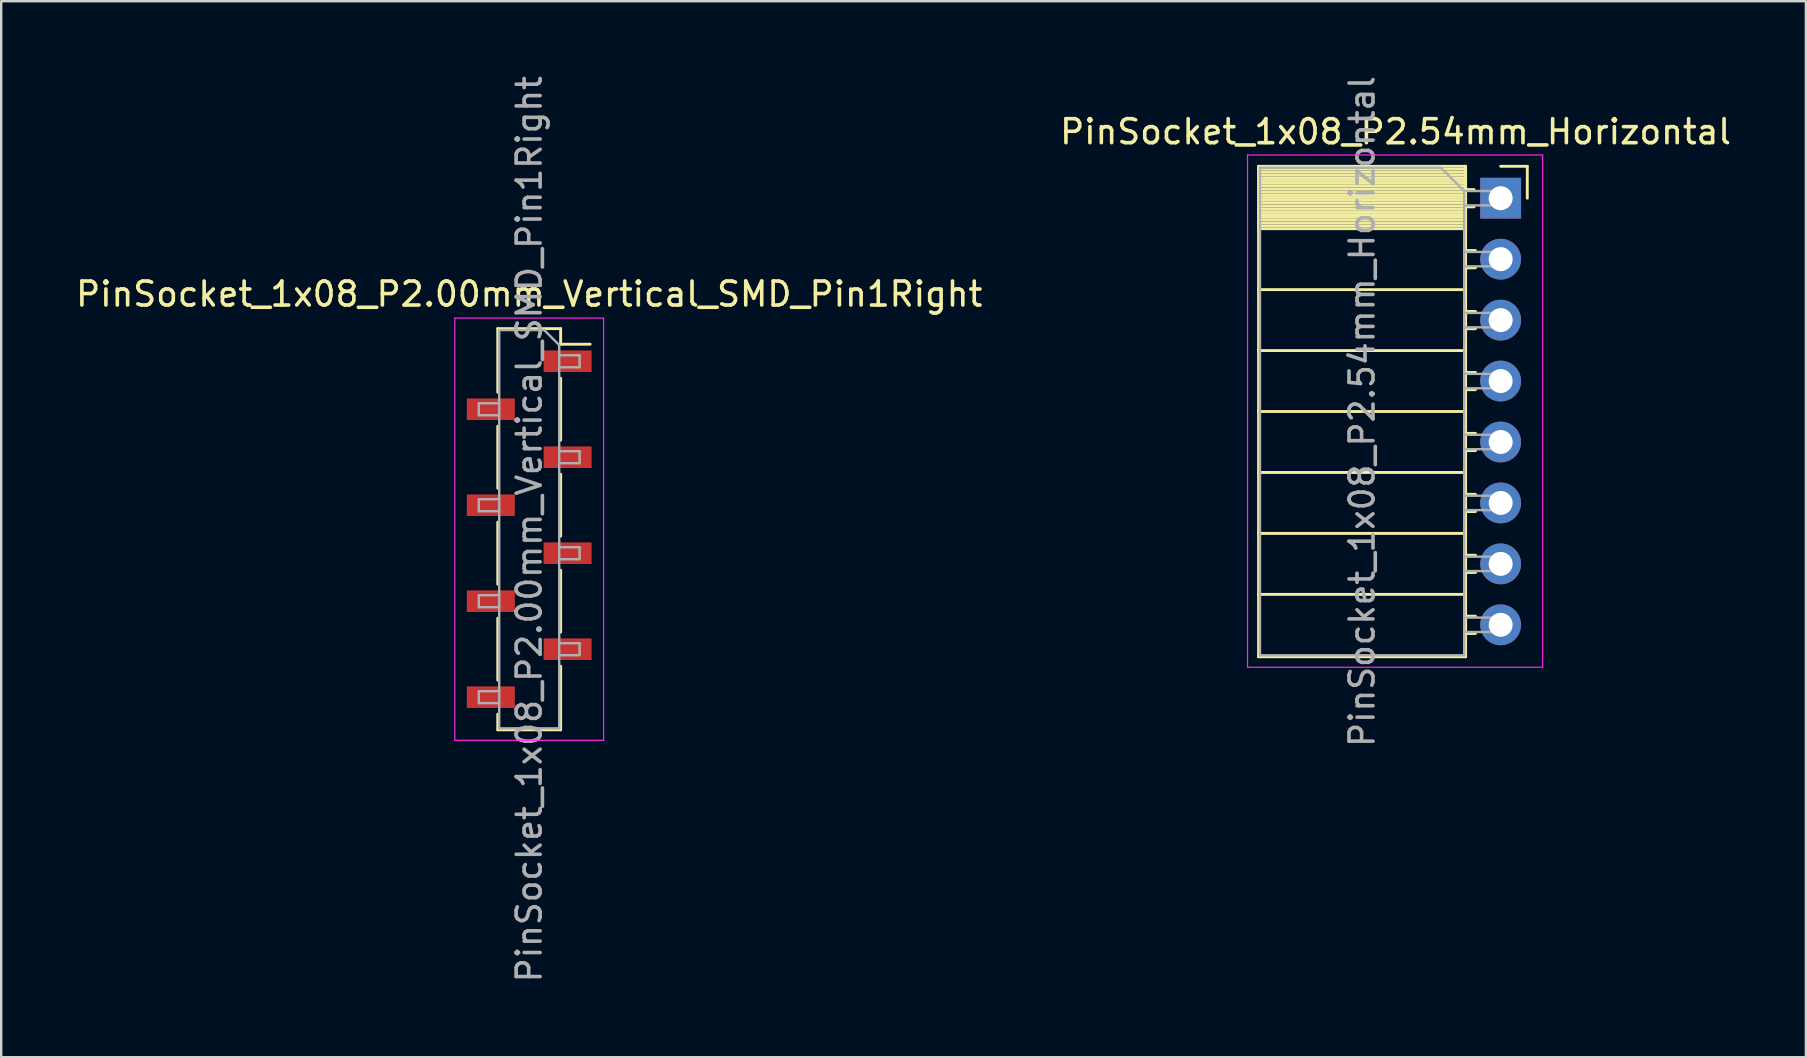
<source format=kicad_pcb>
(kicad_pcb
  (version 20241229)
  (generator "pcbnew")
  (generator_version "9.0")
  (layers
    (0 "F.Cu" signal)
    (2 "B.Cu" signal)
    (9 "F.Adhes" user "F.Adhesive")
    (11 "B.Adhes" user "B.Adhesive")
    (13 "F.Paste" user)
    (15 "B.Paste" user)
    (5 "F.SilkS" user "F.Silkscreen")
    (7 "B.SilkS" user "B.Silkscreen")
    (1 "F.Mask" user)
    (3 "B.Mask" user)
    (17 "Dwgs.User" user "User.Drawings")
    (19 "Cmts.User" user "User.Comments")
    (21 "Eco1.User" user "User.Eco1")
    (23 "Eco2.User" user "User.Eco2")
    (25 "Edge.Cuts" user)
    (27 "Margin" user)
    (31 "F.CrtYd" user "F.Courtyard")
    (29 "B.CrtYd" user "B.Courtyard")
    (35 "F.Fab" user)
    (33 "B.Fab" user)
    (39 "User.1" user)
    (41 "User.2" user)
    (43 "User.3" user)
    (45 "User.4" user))
  (footprint "PinSocket_1x08_P2.54mm_Horizontal"
    (layer "F.Cu")
    (at 59.493 5.211)
    (property "Reference" "PinSocket_1x08_P2.54mm_Horizontal" (at -4.38 -2.77 0) (layer "F.SilkS") (effects (font (size 1 1) (thickness 0.15))))
    (attr through_hole)
    (fp_line (start -10.09 -1.33) (end -10.09 19.11) (stroke (width 0.12) (type solid)) (layer "F.SilkS"))
    (fp_line (start -10.09 -1.33) (end -1.46 -1.33) (stroke (width 0.12) (type solid)) (layer "F.SilkS"))
    (fp_line (start -10.09 -1.21) (end -1.46 -1.21) (stroke (width 0.12) (type solid)) (layer "F.SilkS"))
    (fp_line (start -10.09 -1.092) (end -1.46 -1.092) (stroke (width 0.12) (type solid)) (layer "F.SilkS"))
    (fp_line (start -10.09 -0.974) (end -1.46 -0.974) (stroke (width 0.12) (type solid)) (layer "F.SilkS"))
    (fp_line (start -10.09 -0.856) (end -1.46 -0.856) (stroke (width 0.12) (type solid)) (layer "F.SilkS"))
    (fp_line (start -10.09 -0.738) (end -1.46 -0.738) (stroke (width 0.12) (type solid)) (layer "F.SilkS"))
    (fp_line (start -10.09 -0.62) (end -1.46 -0.62) (stroke (width 0.12) (type solid)) (layer "F.SilkS"))
    (fp_line (start -10.09 -0.501) (end -1.46 -0.501) (stroke (width 0.12) (type solid)) (layer "F.SilkS"))
    (fp_line (start -10.09 -0.383) (end -1.46 -0.383) (stroke (width 0.12) (type solid)) (layer "F.SilkS"))
    (fp_line (start -10.09 -0.265) (end -1.46 -0.265) (stroke (width 0.12) (type solid)) (layer "F.SilkS"))
    (fp_line (start -10.09 -0.147) (end -1.46 -0.147) (stroke (width 0.12) (type solid)) (layer "F.SilkS"))
    (fp_line (start -10.09 -0.029) (end -1.46 -0.029) (stroke (width 0.12) (type solid)) (layer "F.SilkS"))
    (fp_line (start -10.09 0.089) (end -1.46 0.089) (stroke (width 0.12) (type solid)) (layer "F.SilkS"))
    (fp_line (start -10.09 0.207) (end -1.46 0.207) (stroke (width 0.12) (type solid)) (layer "F.SilkS"))
    (fp_line (start -10.09 0.325) (end -1.46 0.325) (stroke (width 0.12) (type solid)) (layer "F.SilkS"))
    (fp_line (start -10.09 0.443) (end -1.46 0.443) (stroke (width 0.12) (type solid)) (layer "F.SilkS"))
    (fp_line (start -10.09 0.561) (end -1.46 0.561) (stroke (width 0.12) (type solid)) (layer "F.SilkS"))
    (fp_line (start -10.09 0.68) (end -1.46 0.68) (stroke (width 0.12) (type solid)) (layer "F.SilkS"))
    (fp_line (start -10.09 0.798) (end -1.46 0.798) (stroke (width 0.12) (type solid)) (layer "F.SilkS"))
    (fp_line (start -10.09 0.916) (end -1.46 0.916) (stroke (width 0.12) (type solid)) (layer "F.SilkS"))
    (fp_line (start -10.09 1.034) (end -1.46 1.034) (stroke (width 0.12) (type solid)) (layer "F.SilkS"))
    (fp_line (start -10.09 1.152) (end -1.46 1.152) (stroke (width 0.12) (type solid)) (layer "F.SilkS"))
    (fp_line (start -10.09 1.27) (end -1.46 1.27) (stroke (width 0.12) (type solid)) (layer "F.SilkS"))
    (fp_line (start -10.09 3.81) (end -1.46 3.81) (stroke (width 0.12) (type solid)) (layer "F.SilkS"))
    (fp_line (start -10.09 6.35) (end -1.46 6.35) (stroke (width 0.12) (type solid)) (layer "F.SilkS"))
    (fp_line (start -10.09 8.89) (end -1.46 8.89) (stroke (width 0.12) (type solid)) (layer "F.SilkS"))
    (fp_line (start -10.09 11.43) (end -1.46 11.43) (stroke (width 0.12) (type solid)) (layer "F.SilkS"))
    (fp_line (start -10.09 13.97) (end -1.46 13.97) (stroke (width 0.12) (type solid)) (layer "F.SilkS"))
    (fp_line (start -10.09 16.51) (end -1.46 16.51) (stroke (width 0.12) (type solid)) (layer "F.SilkS"))
    (fp_line (start -10.09 19.11) (end -1.46 19.11) (stroke (width 0.12) (type solid)) (layer "F.SilkS"))
    (fp_line (start -1.46 -1.33) (end -1.46 19.11) (stroke (width 0.12) (type solid)) (layer "F.SilkS"))
    (fp_line (start -1.46 -0.36) (end -1.11 -0.36) (stroke (width 0.12) (type solid)) (layer "F.SilkS"))
    (fp_line (start -1.46 0.36) (end -1.11 0.36) (stroke (width 0.12) (type solid)) (layer "F.SilkS"))
    (fp_line (start -1.46 2.18) (end -1.05 2.18) (stroke (width 0.12) (type solid)) (layer "F.SilkS"))
    (fp_line (start -1.46 2.9) (end -1.05 2.9) (stroke (width 0.12) (type solid)) (layer "F.SilkS"))
    (fp_line (start -1.46 4.72) (end -1.05 4.72) (stroke (width 0.12) (type solid)) (layer "F.SilkS"))
    (fp_line (start -1.46 5.44) (end -1.05 5.44) (stroke (width 0.12) (type solid)) (layer "F.SilkS"))
    (fp_line (start -1.46 7.26) (end -1.05 7.26) (stroke (width 0.12) (type solid)) (layer "F.SilkS"))
    (fp_line (start -1.46 7.98) (end -1.05 7.98) (stroke (width 0.12) (type solid)) (layer "F.SilkS"))
    (fp_line (start -1.46 9.8) (end -1.05 9.8) (stroke (width 0.12) (type solid)) (layer "F.SilkS"))
    (fp_line (start -1.46 10.52) (end -1.05 10.52) (stroke (width 0.12) (type solid)) (layer "F.SilkS"))
    (fp_line (start -1.46 12.34) (end -1.05 12.34) (stroke (width 0.12) (type solid)) (layer "F.SilkS"))
    (fp_line (start -1.46 13.06) (end -1.05 13.06) (stroke (width 0.12) (type solid)) (layer "F.SilkS"))
    (fp_line (start -1.46 14.88) (end -1.05 14.88) (stroke (width 0.12) (type solid)) (layer "F.SilkS"))
    (fp_line (start -1.46 15.6) (end -1.05 15.6) (stroke (width 0.12) (type solid)) (layer "F.SilkS"))
    (fp_line (start -1.46 17.42) (end -1.05 17.42) (stroke (width 0.12) (type solid)) (layer "F.SilkS"))
    (fp_line (start -1.46 18.14) (end -1.05 18.14) (stroke (width 0.12) (type solid)) (layer "F.SilkS"))
    (fp_line (start 0 -1.33) (end 1.11 -1.33) (stroke (width 0.12) (type solid)) (layer "F.SilkS"))
    (fp_line (start 1.11 -1.33) (end 1.11 0) (stroke (width 0.12) (type solid)) (layer "F.SilkS"))
    (fp_line (start -10.55 -1.8) (end -10.55 19.55) (stroke (width 0.05) (type solid)) (layer "F.CrtYd"))
    (fp_line (start -10.55 19.55) (end 1.75 19.55) (stroke (width 0.05) (type solid)) (layer "F.CrtYd"))
    (fp_line (start 1.75 -1.8) (end -10.55 -1.8) (stroke (width 0.05) (type solid)) (layer "F.CrtYd"))
    (fp_line (start 1.75 19.55) (end 1.75 -1.8) (stroke (width 0.05) (type solid)) (layer "F.CrtYd"))
    (fp_line (start -10.03 -1.27) (end -2.49 -1.27) (stroke (width 0.1) (type solid)) (layer "F.Fab"))
    (fp_line (start -10.03 19.05) (end -10.03 -1.27) (stroke (width 0.1) (type solid)) (layer "F.Fab"))
    (fp_line (start -2.49 -1.27) (end -1.52 -0.3) (stroke (width 0.1) (type solid)) (layer "F.Fab"))
    (fp_line (start -1.52 -0.3) (end -1.52 19.05) (stroke (width 0.1) (type solid)) (layer "F.Fab"))
    (fp_line (start -1.52 0.3) (end 0 0.3) (stroke (width 0.1) (type solid)) (layer "F.Fab"))
    (fp_line (start -1.52 2.84) (end 0 2.84) (stroke (width 0.1) (type solid)) (layer "F.Fab"))
    (fp_line (start -1.52 5.38) (end 0 5.38) (stroke (width 0.1) (type solid)) (layer "F.Fab"))
    (fp_line (start -1.52 7.92) (end 0 7.92) (stroke (width 0.1) (type solid)) (layer "F.Fab"))
    (fp_line (start -1.52 10.46) (end 0 10.46) (stroke (width 0.1) (type solid)) (layer "F.Fab"))
    (fp_line (start -1.52 13) (end 0 13) (stroke (width 0.1) (type solid)) (layer "F.Fab"))
    (fp_line (start -1.52 15.54) (end 0 15.54) (stroke (width 0.1) (type solid)) (layer "F.Fab"))
    (fp_line (start -1.52 18.08) (end 0 18.08) (stroke (width 0.1) (type solid)) (layer "F.Fab"))
    (fp_line (start -1.52 19.05) (end -10.03 19.05) (stroke (width 0.1) (type solid)) (layer "F.Fab"))
    (fp_line (start 0 -0.3) (end -1.52 -0.3) (stroke (width 0.1) (type solid)) (layer "F.Fab"))
    (fp_line (start 0 0.3) (end 0 -0.3) (stroke (width 0.1) (type solid)) (layer "F.Fab"))
    (fp_line (start 0 2.24) (end -1.52 2.24) (stroke (width 0.1) (type solid)) (layer "F.Fab"))
    (fp_line (start 0 2.84) (end 0 2.24) (stroke (width 0.1) (type solid)) (layer "F.Fab"))
    (fp_line (start 0 4.78) (end -1.52 4.78) (stroke (width 0.1) (type solid)) (layer "F.Fab"))
    (fp_line (start 0 5.38) (end 0 4.78) (stroke (width 0.1) (type solid)) (layer "F.Fab"))
    (fp_line (start 0 7.32) (end -1.52 7.32) (stroke (width 0.1) (type solid)) (layer "F.Fab"))
    (fp_line (start 0 7.92) (end 0 7.32) (stroke (width 0.1) (type solid)) (layer "F.Fab"))
    (fp_line (start 0 9.86) (end -1.52 9.86) (stroke (width 0.1) (type solid)) (layer "F.Fab"))
    (fp_line (start 0 10.46) (end 0 9.86) (stroke (width 0.1) (type solid)) (layer "F.Fab"))
    (fp_line (start 0 12.4) (end -1.52 12.4) (stroke (width 0.1) (type solid)) (layer "F.Fab"))
    (fp_line (start 0 13) (end 0 12.4) (stroke (width 0.1) (type solid)) (layer "F.Fab"))
    (fp_line (start 0 14.94) (end -1.52 14.94) (stroke (width 0.1) (type solid)) (layer "F.Fab"))
    (fp_line (start 0 15.54) (end 0 14.94) (stroke (width 0.1) (type solid)) (layer "F.Fab"))
    (fp_line (start 0 17.48) (end -1.52 17.48) (stroke (width 0.1) (type solid)) (layer "F.Fab"))
    (fp_line (start 0 18.08) (end 0 17.48) (stroke (width 0.1) (type solid)) (layer "F.Fab"))
    (fp_text user "${REFERENCE}" (at -5.775 8.89 90) (layer "F.Fab") (effects (font (size 1 1) (thickness 0.15))))
    (pad "1" thru_hole rect (at 0 0) (size 1.7 1.7) (drill 1) (layers "*.Cu" "*.Mask"))
    (pad "2" thru_hole oval (at 0 2.54) (size 1.7 1.7) (drill 1) (layers "*.Cu" "*.Mask"))
    (pad "3" thru_hole oval (at 0 5.08) (size 1.7 1.7) (drill 1) (layers "*.Cu" "*.Mask"))
    (pad "4" thru_hole oval (at 0 7.62) (size 1.7 1.7) (drill 1) (layers "*.Cu" "*.Mask"))
    (pad "5" thru_hole oval (at 0 10.16) (size 1.7 1.7) (drill 1) (layers "*.Cu" "*.Mask"))
    (pad "6" thru_hole oval (at 0 12.7) (size 1.7 1.7) (drill 1) (layers "*.Cu" "*.Mask"))
    (pad "7" thru_hole oval (at 0 15.24) (size 1.7 1.7) (drill 1) (layers "*.Cu" "*.Mask"))
    (pad "8" thru_hole oval (at 0 17.78) (size 1.7 1.7) (drill 1) (layers "*.Cu" "*.Mask")))
  (footprint "PinSocket_1x08_P2.00mm_Vertical_SMD_Pin1Right"
    (layer "F.Cu")
    (at 19.006 19.006)
    (property "Reference" "PinSocket_1x08_P2.00mm_Vertical_SMD_Pin1Right" (at 0 -9.8 0) (layer "F.SilkS") (effects (font (size 1 1) (thickness 0.15))))
    (attr smd)
    (fp_line (start -1.31 -8.36) (end -1.31 -5.71) (stroke (width 0.12) (type solid)) (layer "F.SilkS"))
    (fp_line (start -1.31 -8.36) (end 1.31 -8.36) (stroke (width 0.12) (type solid)) (layer "F.SilkS"))
    (fp_line (start -1.31 -4.29) (end -1.31 -1.71) (stroke (width 0.12) (type solid)) (layer "F.SilkS"))
    (fp_line (start -1.31 -0.29) (end -1.31 2.29) (stroke (width 0.12) (type solid)) (layer "F.SilkS"))
    (fp_line (start -1.31 3.71) (end -1.31 6.29) (stroke (width 0.12) (type solid)) (layer "F.SilkS"))
    (fp_line (start -1.31 7.71) (end -1.31 8.36) (stroke (width 0.12) (type solid)) (layer "F.SilkS"))
    (fp_line (start -1.31 8.36) (end 1.31 8.36) (stroke (width 0.12) (type solid)) (layer "F.SilkS"))
    (fp_line (start 1.31 -8.36) (end 1.31 -7.71) (stroke (width 0.12) (type solid)) (layer "F.SilkS"))
    (fp_line (start 1.31 -7.71) (end 2.54 -7.71) (stroke (width 0.12) (type solid)) (layer "F.SilkS"))
    (fp_line (start 1.31 -6.29) (end 1.31 -3.71) (stroke (width 0.12) (type solid)) (layer "F.SilkS"))
    (fp_line (start 1.31 -2.29) (end 1.31 0.29) (stroke (width 0.12) (type solid)) (layer "F.SilkS"))
    (fp_line (start 1.31 1.71) (end 1.31 4.29) (stroke (width 0.12) (type solid)) (layer "F.SilkS"))
    (fp_line (start 1.31 5.71) (end 1.31 8.36) (stroke (width 0.12) (type solid)) (layer "F.SilkS"))
    (fp_line (start -3.1 -8.8) (end 3.1 -8.8) (stroke (width 0.05) (type solid)) (layer "F.CrtYd"))
    (fp_line (start -3.1 8.8) (end -3.1 -8.8) (stroke (width 0.05) (type solid)) (layer "F.CrtYd"))
    (fp_line (start 3.1 -8.8) (end 3.1 8.8) (stroke (width 0.05) (type solid)) (layer "F.CrtYd"))
    (fp_line (start 3.1 8.8) (end -3.1 8.8) (stroke (width 0.05) (type solid)) (layer "F.CrtYd"))
    (fp_line (start -2.1 -5.25) (end -1.25 -5.25) (stroke (width 0.1) (type solid)) (layer "F.Fab"))
    (fp_line (start -2.1 -4.75) (end -2.1 -5.25) (stroke (width 0.1) (type solid)) (layer "F.Fab"))
    (fp_line (start -2.1 -1.25) (end -1.25 -1.25) (stroke (width 0.1) (type solid)) (layer "F.Fab"))
    (fp_line (start -2.1 -0.75) (end -2.1 -1.25) (stroke (width 0.1) (type solid)) (layer "F.Fab"))
    (fp_line (start -2.1 2.75) (end -1.25 2.75) (stroke (width 0.1) (type solid)) (layer "F.Fab"))
    (fp_line (start -2.1 3.25) (end -2.1 2.75) (stroke (width 0.1) (type solid)) (layer "F.Fab"))
    (fp_line (start -2.1 6.75) (end -1.25 6.75) (stroke (width 0.1) (type solid)) (layer "F.Fab"))
    (fp_line (start -2.1 7.25) (end -2.1 6.75) (stroke (width 0.1) (type solid)) (layer "F.Fab"))
    (fp_line (start -1.25 -8.3) (end 0.625 -8.3) (stroke (width 0.1) (type solid)) (layer "F.Fab"))
    (fp_line (start -1.25 -4.75) (end -2.1 -4.75) (stroke (width 0.1) (type solid)) (layer "F.Fab"))
    (fp_line (start -1.25 -0.75) (end -2.1 -0.75) (stroke (width 0.1) (type solid)) (layer "F.Fab"))
    (fp_line (start -1.25 3.25) (end -2.1 3.25) (stroke (width 0.1) (type solid)) (layer "F.Fab"))
    (fp_line (start -1.25 7.25) (end -2.1 7.25) (stroke (width 0.1) (type solid)) (layer "F.Fab"))
    (fp_line (start -1.25 8.3) (end -1.25 -8.3) (stroke (width 0.1) (type solid)) (layer "F.Fab"))
    (fp_line (start 0.625 -8.3) (end 1.25 -7.675) (stroke (width 0.1) (type solid)) (layer "F.Fab"))
    (fp_line (start 1.25 -7.675) (end 1.25 8.3) (stroke (width 0.1) (type solid)) (layer "F.Fab"))
    (fp_line (start 1.25 -7.25) (end 2.1 -7.25) (stroke (width 0.1) (type solid)) (layer "F.Fab"))
    (fp_line (start 1.25 -3.25) (end 2.1 -3.25) (stroke (width 0.1) (type solid)) (layer "F.Fab"))
    (fp_line (start 1.25 0.75) (end 2.1 0.75) (stroke (width 0.1) (type solid)) (layer "F.Fab"))
    (fp_line (start 1.25 4.75) (end 2.1 4.75) (stroke (width 0.1) (type solid)) (layer "F.Fab"))
    (fp_line (start 1.25 8.3) (end -1.25 8.3) (stroke (width 0.1) (type solid)) (layer "F.Fab"))
    (fp_line (start 2.1 -7.25) (end 2.1 -6.75) (stroke (width 0.1) (type solid)) (layer "F.Fab"))
    (fp_line (start 2.1 -6.75) (end 1.25 -6.75) (stroke (width 0.1) (type solid)) (layer "F.Fab"))
    (fp_line (start 2.1 -3.25) (end 2.1 -2.75) (stroke (width 0.1) (type solid)) (layer "F.Fab"))
    (fp_line (start 2.1 -2.75) (end 1.25 -2.75) (stroke (width 0.1) (type solid)) (layer "F.Fab"))
    (fp_line (start 2.1 0.75) (end 2.1 1.25) (stroke (width 0.1) (type solid)) (layer "F.Fab"))
    (fp_line (start 2.1 1.25) (end 1.25 1.25) (stroke (width 0.1) (type solid)) (layer "F.Fab"))
    (fp_line (start 2.1 4.75) (end 2.1 5.25) (stroke (width 0.1) (type solid)) (layer "F.Fab"))
    (fp_line (start 2.1 5.25) (end 1.25 5.25) (stroke (width 0.1) (type solid)) (layer "F.Fab"))
    (fp_text user "${REFERENCE}" (at 0 0 90) (layer "F.Fab") (effects (font (size 1 1) (thickness 0.15))))
    (pad "1" smd rect (at 1.6 -7) (size 2 0.9) (layers "F.Cu" "F.Mask" "F.Paste"))
    (pad "2" smd rect (at -1.6 -5) (size 2 0.9) (layers "F.Cu" "F.Mask" "F.Paste"))
    (pad "3" smd rect (at 1.6 -3) (size 2 0.9) (layers "F.Cu" "F.Mask" "F.Paste"))
    (pad "4" smd rect (at -1.6 -1) (size 2 0.9) (layers "F.Cu" "F.Mask" "F.Paste"))
    (pad "5" smd rect (at 1.6 1) (size 2 0.9) (layers "F.Cu" "F.Mask" "F.Paste"))
    (pad "6" smd rect (at -1.6 3) (size 2 0.9) (layers "F.Cu" "F.Mask" "F.Paste"))
    (pad "7" smd rect (at 1.6 5) (size 2 0.9) (layers "F.Cu" "F.Mask" "F.Paste"))
    (pad "8" smd rect (at -1.6 7) (size 2 0.9) (layers "F.Cu" "F.Mask" "F.Paste")))
  (gr_rect
    (start -3 -3)
    (end 72.214 41.012)
    (stroke (width 0.1) (type default))
    (fill no)
    (layer "Edge.Cuts")))
</source>
